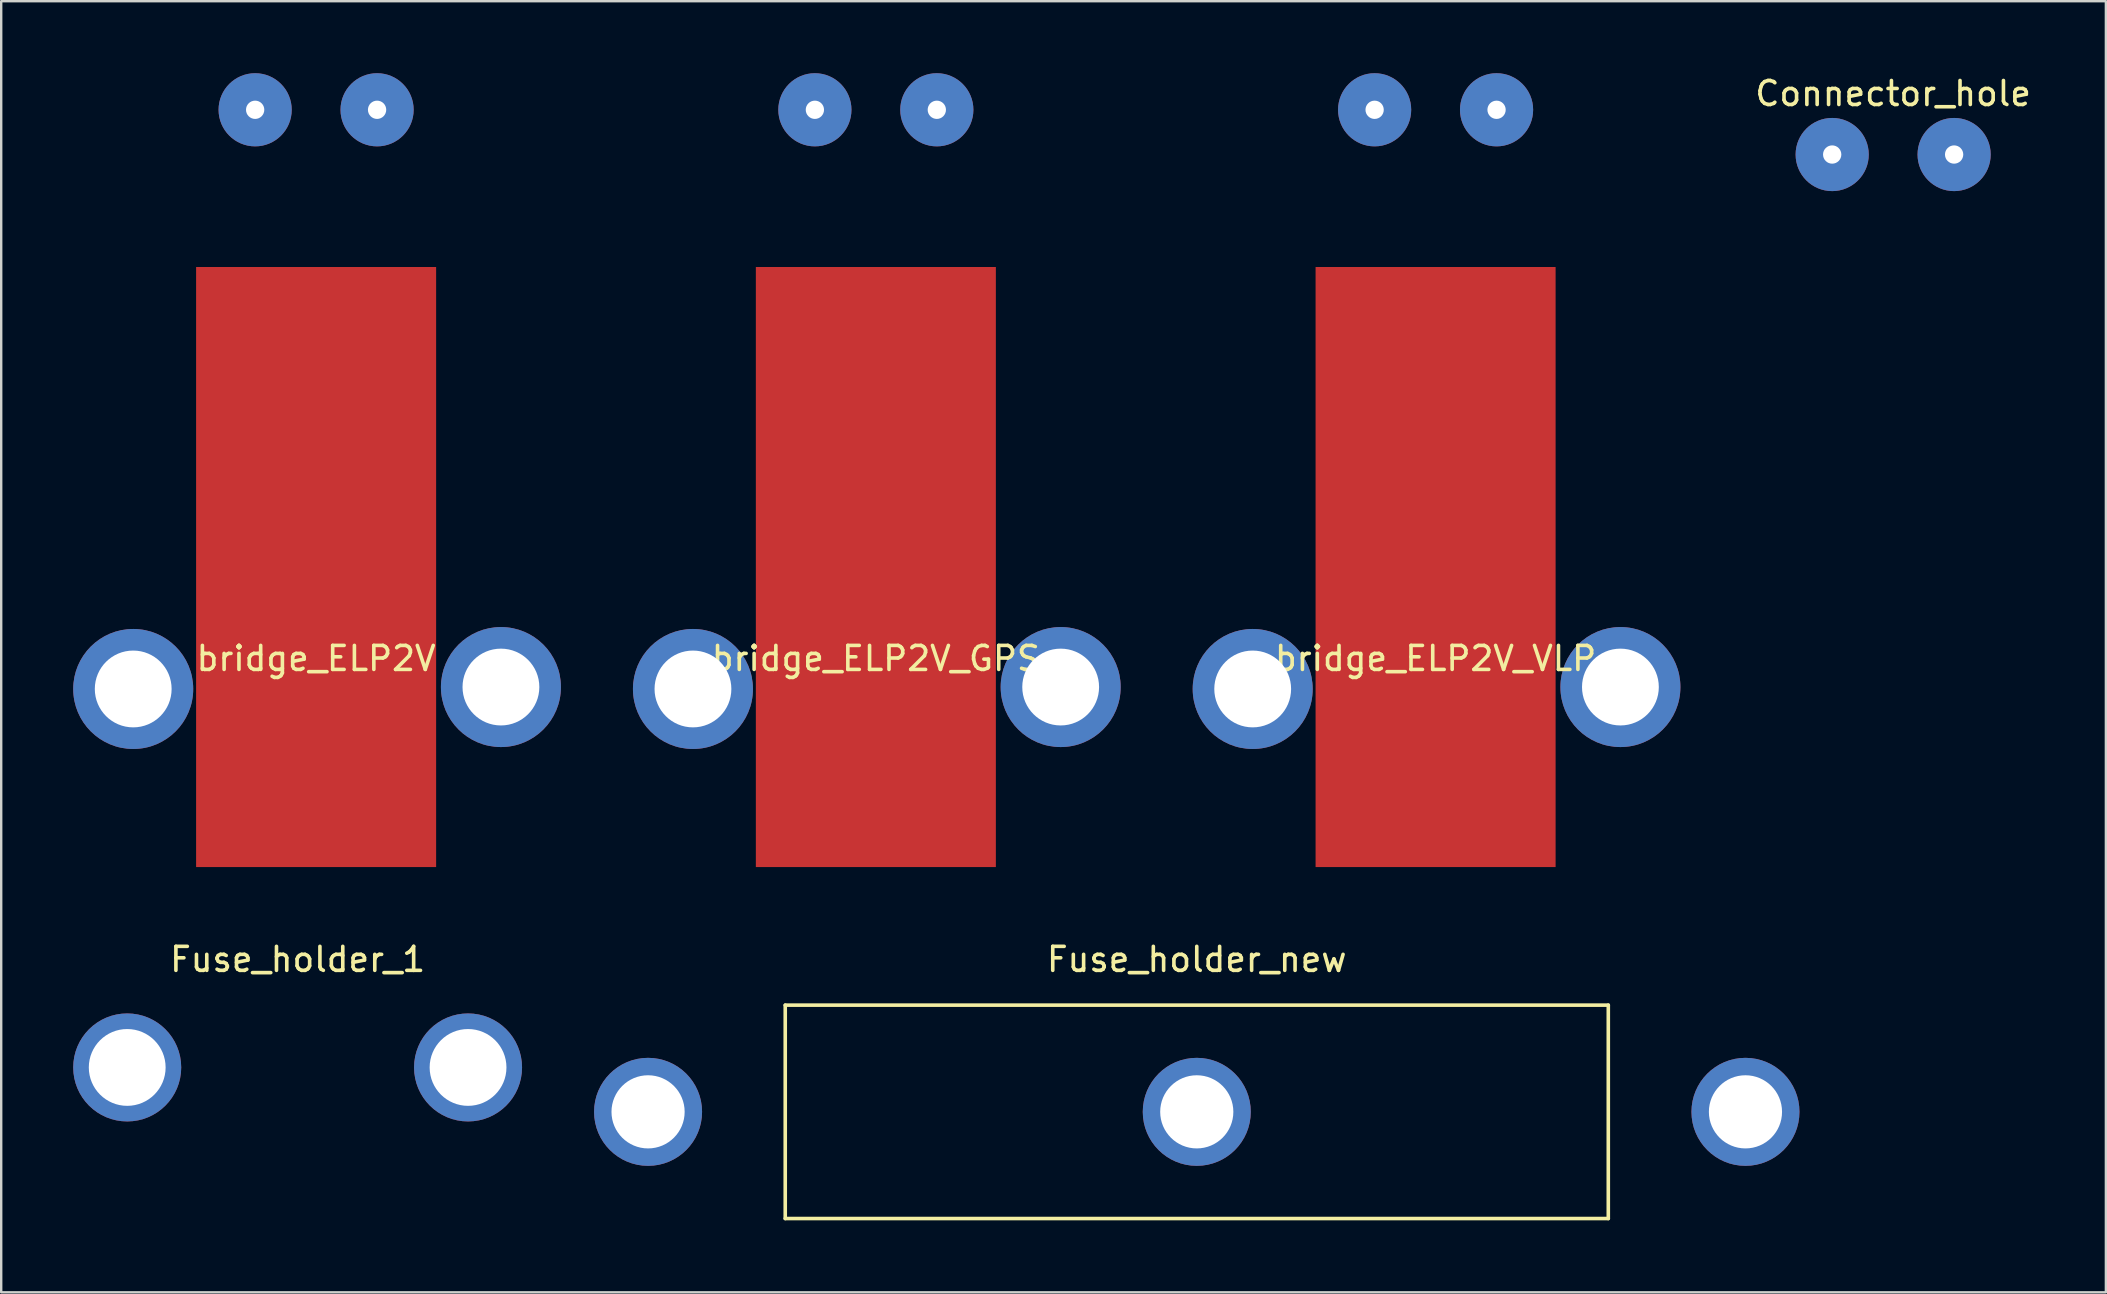
<source format=kicad_pcb>
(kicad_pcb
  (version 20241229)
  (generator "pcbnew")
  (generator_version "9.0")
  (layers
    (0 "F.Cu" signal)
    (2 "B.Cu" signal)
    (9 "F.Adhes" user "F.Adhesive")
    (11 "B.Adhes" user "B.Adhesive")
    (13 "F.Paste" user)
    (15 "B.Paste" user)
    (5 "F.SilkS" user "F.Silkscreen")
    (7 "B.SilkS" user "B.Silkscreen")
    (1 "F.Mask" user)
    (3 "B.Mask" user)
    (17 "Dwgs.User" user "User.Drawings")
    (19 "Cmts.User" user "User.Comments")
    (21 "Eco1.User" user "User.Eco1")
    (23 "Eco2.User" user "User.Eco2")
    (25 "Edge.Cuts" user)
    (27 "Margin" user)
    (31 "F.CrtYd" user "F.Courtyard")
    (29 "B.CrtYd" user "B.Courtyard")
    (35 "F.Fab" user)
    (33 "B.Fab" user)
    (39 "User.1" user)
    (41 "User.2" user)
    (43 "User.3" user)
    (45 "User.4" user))
  (footprint "Connector_hole"
    (layer "F.Cu")
    (at 75.823 2.118)
    (property "Reference" "Connector_hole" (at 0 -1.27 0) (layer "F.SilkS") (effects (font (size 1 1) (thickness 0.15))))
    (attr through_hole)
    (pad "1" thru_hole circle (at -2.54 1.27) (size 3.048 3.048) (drill 0.762) (layers "*.Cu" "*.Mask"))
    (pad "2" thru_hole circle (at 2.54 1.27) (size 3.048 3.048) (drill 0.762) (layers "*.Cu" "*.Mask")))
  (footprint "bridge_ELP2V"
    (layer "F.Cu")
    (at 10.12 20.574)
    (property "Reference" "bridge_ELP2V" (at 0 3.81 0) (layer "F.SilkS") (effects (font (size 1 1) (thickness 0.15))))
    (attr through_hole)
    (pad "" np_thru_hole circle (at -7.62 5.08) (size 5 5) (drill 3.2) (layers "*.Cu" "*.Mask"))
    (pad "" connect rect (at 0 0) (size 10 25) (layers "F.Cu" "F.Mask"))
    (pad "" np_thru_hole circle (at 7.7 5) (size 5 5) (drill 3.2) (layers "*.Cu" "*.Mask"))
    (pad "1" thru_hole circle (at -2.54 -19.05) (size 3.048 3.048) (drill 0.762) (layers "*.Mask" "F.Cu"))
    (pad "2" thru_hole circle (at 2.54 -19.05) (size 3.048 3.048) (drill 0.762) (layers "*.Mask" "B.Cu")))
  (footprint "bridge_ELP2V_GPS"
    (layer "F.Cu")
    (at 33.44 20.574)
    (property "Reference" "bridge_ELP2V_GPS" (at 0 3.81 0) (layer "F.SilkS") (effects (font (size 1 1) (thickness 0.15))))
    (attr through_hole)
    (pad "" np_thru_hole circle (at -7.62 5.08) (size 5 5) (drill 3.2) (layers "*.Cu" "*.Mask"))
    (pad "" connect rect (at 0 0) (size 10 25) (layers "F.Cu" "F.Mask"))
    (pad "" np_thru_hole circle (at 7.7 5) (size 5 5) (drill 3.2) (layers "*.Cu" "*.Mask"))
    (pad "10" thru_hole circle (at -2.54 -19.05) (size 3.048 3.048) (drill 0.762) (layers "*.Mask" "F.Cu"))
    (pad "11" thru_hole circle (at 2.54 -19.05) (size 3.048 3.048) (drill 0.762) (layers "*.Mask" "B.Cu")))
  (footprint "Fuse_holder_new"
    (layer "F.Cu")
    (at 46.81 38.192)
    (property "Reference" "Fuse_holder_new" (at 0 -1.27 0) (layer "F.SilkS") (effects (font (size 1 1) (thickness 0.15))))
    (attr through_hole)
    (fp_line (start -17.145 0.635) (end 17.145 0.635) (stroke (width 0.15) (type solid)) (layer "F.SilkS"))
    (fp_line (start -17.145 9.525) (end -17.145 0.635) (stroke (width 0.15) (type solid)) (layer "F.SilkS"))
    (fp_line (start 17.145 0.635) (end 17.145 9.525) (stroke (width 0.15) (type solid)) (layer "F.SilkS"))
    (fp_line (start 17.145 9.525) (end -17.145 9.525) (stroke (width 0.15) (type solid)) (layer "F.SilkS"))
    (pad "" np_thru_hole circle (at 0 5.08) (size 4.5 4.5) (drill 3.048) (layers "*.Cu" "*.Mask"))
    (pad "1" thru_hole circle (at 22.86 5.08) (size 4.5 4.5) (drill 3.048) (layers "*.Mask" "F.Cu"))
    (pad "2" thru_hole circle (at -22.86 5.08) (size 4.5 4.5) (drill 3.048) (layers "*.Mask" "F.Cu")))
  (footprint "Fuse_holder_1"
    (layer "F.Cu")
    (at 9.35 36.422)
    (property "Reference" "Fuse_holder_1" (at 0 0.5 0) (layer "F.SilkS") (effects (font (size 1 1) (thickness 0.15))))
    (attr through_hole)
    (pad "1" thru_hole circle (at 7.1 5) (size 4.5 4.5) (drill 3.2) (layers "*.Cu" "*.Mask"))
    (pad "2" thru_hole circle (at -7.1 5) (size 4.5 4.5) (drill 3.2) (layers "*.Cu" "*.Mask")))
  (footprint "bridge_ELP2V_VLP"
    (layer "F.Cu")
    (at 56.76 20.574)
    (property "Reference" "bridge_ELP2V_VLP" (at 0 3.81 0) (layer "F.SilkS") (effects (font (size 1 1) (thickness 0.15))))
    (attr through_hole)
    (pad "" np_thru_hole circle (at -7.62 5.08) (size 5 5) (drill 3.2) (layers "*.Cu" "*.Mask"))
    (pad "" connect rect (at 0 0) (size 10 25) (layers "F.Cu" "F.Mask"))
    (pad "" np_thru_hole circle (at 7.7 5) (size 5 5) (drill 3.2) (layers "*.Cu" "*.Mask"))
    (pad "1" thru_hole circle (at 2.54 -19.05) (size 3.048 3.048) (drill 0.762) (layers "*.Mask" "B.Cu"))
    (pad "2" thru_hole circle (at -2.54 -19.05) (size 3.048 3.048) (drill 0.762) (layers "*.Mask" "F.Cu")))
  (gr_rect
    (start -3 -3)
    (end 84.686 50.792)
    (stroke (width 0.1) (type default))
    (fill no)
    (layer "Edge.Cuts")))
</source>
